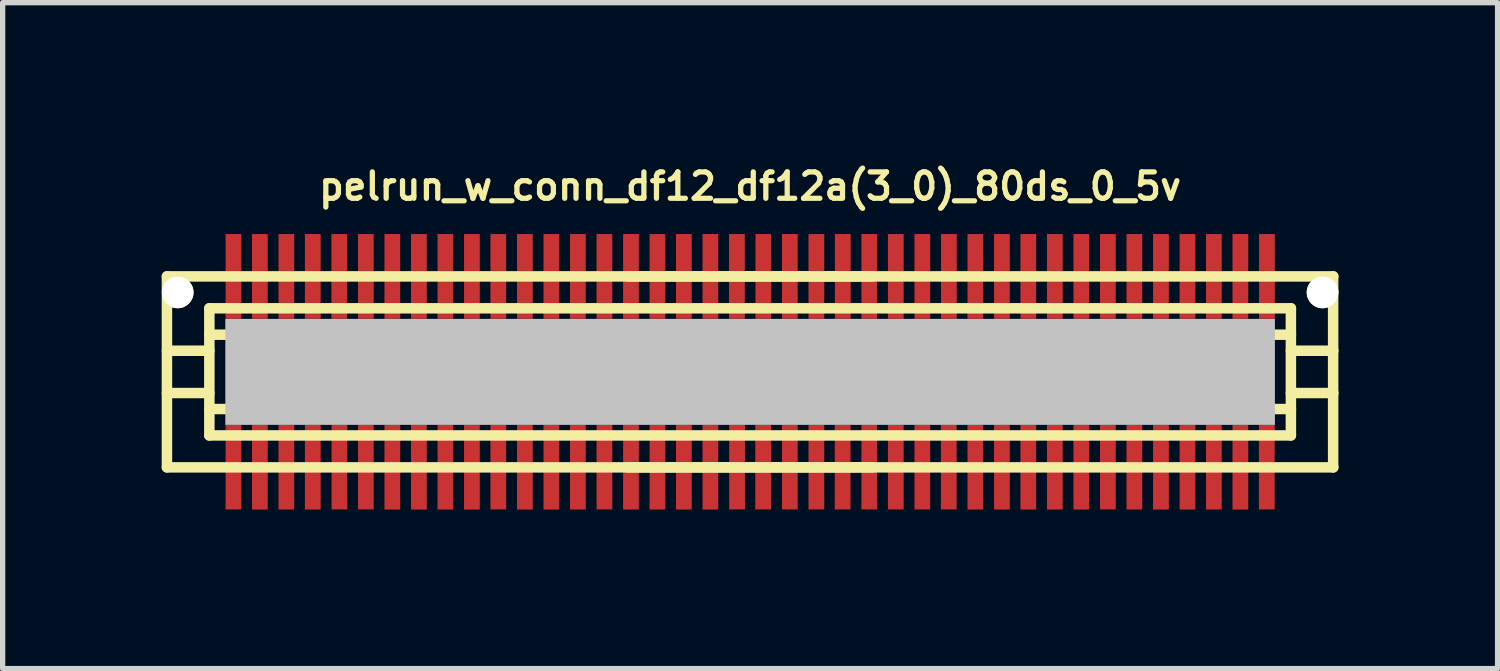
<source format=kicad_pcb>
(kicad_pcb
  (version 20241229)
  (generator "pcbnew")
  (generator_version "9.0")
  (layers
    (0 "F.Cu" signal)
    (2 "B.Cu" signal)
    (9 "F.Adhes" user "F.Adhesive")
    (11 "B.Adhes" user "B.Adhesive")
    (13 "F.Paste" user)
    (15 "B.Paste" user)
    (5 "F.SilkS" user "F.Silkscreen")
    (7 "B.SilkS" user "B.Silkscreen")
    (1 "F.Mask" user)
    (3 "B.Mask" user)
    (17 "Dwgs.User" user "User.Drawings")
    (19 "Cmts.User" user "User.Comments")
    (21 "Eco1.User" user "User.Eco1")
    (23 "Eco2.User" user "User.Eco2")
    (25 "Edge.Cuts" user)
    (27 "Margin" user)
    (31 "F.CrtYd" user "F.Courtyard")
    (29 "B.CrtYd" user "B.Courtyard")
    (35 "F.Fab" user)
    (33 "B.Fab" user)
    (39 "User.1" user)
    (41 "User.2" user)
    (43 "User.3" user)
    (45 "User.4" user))
  (footprint "pelrun_w_conn_df12_df12a(3_0)_80ds_0_5v"
    (layer "F.Cu")
    (at 11.1 3.965)
    (property "Reference" "pelrun_w_conn_df12_df12a(3_0)_80ds_0_5v" (at 0 -3.5 0) (layer "F.SilkS") (effects (font (size 0.498 0.498) (thickness 0.099))))
    (attr through_hole)
    (fp_line (start -11.001 -1.801) (end 11.001 -1.801) (stroke (width 0.198) (type solid)) (layer "F.SilkS"))
    (fp_line (start -11.001 1.801) (end -11.001 -1.801) (stroke (width 0.198) (type solid)) (layer "F.SilkS"))
    (fp_line (start -10.201 -0.399) (end -11.001 -0.399) (stroke (width 0.198) (type solid)) (layer "F.SilkS"))
    (fp_line (start -10.201 0.399) (end -11.001 0.399) (stroke (width 0.198) (type solid)) (layer "F.SilkS"))
    (fp_line (start -10.201 0.701) (end 10.201 0.701) (stroke (width 0.198) (type solid)) (layer "F.SilkS"))
    (fp_line (start -10.201 1.199) (end -10.201 -1.199) (stroke (width 0.198) (type solid)) (layer "F.SilkS"))
    (fp_line (start -10.201 1.199) (end 10.201 1.199) (stroke (width 0.198) (type solid)) (layer "F.SilkS"))
    (fp_line (start -2.301 -1.801) (end 2.301 -1.801) (stroke (width 0.198) (type solid)) (layer "F.SilkS"))
    (fp_line (start 2.301 1.801) (end -2.301 1.801) (stroke (width 0.198) (type solid)) (layer "F.SilkS"))
    (fp_line (start 10.201 -1.199) (end -10.201 -1.199) (stroke (width 0.198) (type solid)) (layer "F.SilkS"))
    (fp_line (start 10.201 -1.199) (end 10.201 1.199) (stroke (width 0.198) (type solid)) (layer "F.SilkS"))
    (fp_line (start 10.201 -0.701) (end -10.201 -0.701) (stroke (width 0.198) (type solid)) (layer "F.SilkS"))
    (fp_line (start 10.201 -0.399) (end 11.001 -0.399) (stroke (width 0.198) (type solid)) (layer "F.SilkS"))
    (fp_line (start 10.998 -1.801) (end 10.998 1.801) (stroke (width 0.198) (type solid)) (layer "F.SilkS"))
    (fp_line (start 11.001 0.399) (end 10.201 0.399) (stroke (width 0.198) (type solid)) (layer "F.SilkS"))
    (fp_line (start 11.001 1.801) (end -11.001 1.801) (stroke (width 0.198) (type solid)) (layer "F.SilkS"))
    (pad "" np_thru_hole circle (at -10.798 -1.499) (size 0.597 0.597) (drill 0.597) (layers "*.Cu" "*.Mask" "F.SilkS"))
    (pad "" smd rect (at 0 0) (size 19.799 1.999) (layers "Dwgs.User"))
    (pad "" np_thru_hole circle (at 10.798 -1.499) (size 0.597 0.597) (drill 0.597) (layers "*.Cu" "*.Mask" "F.SilkS"))
    (pad "1" smd rect (at -9.746 1.796) (size 0.297 1.598) (layers "F.Cu" "F.Mask" "F.Paste"))
    (pad "2" smd rect (at -9.248 1.798) (size 0.297 1.598) (layers "F.Cu" "F.Mask" "F.Paste"))
    (pad "3" smd rect (at -8.748 1.798) (size 0.297 1.598) (layers "F.Cu" "F.Mask" "F.Paste"))
    (pad "4" smd rect (at -8.25 1.798) (size 0.297 1.598) (layers "F.Cu" "F.Mask" "F.Paste"))
    (pad "5" smd rect (at -7.747 1.796) (size 0.297 1.598) (layers "F.Cu" "F.Mask" "F.Paste"))
    (pad "6" smd rect (at -7.249 1.796) (size 0.297 1.598) (layers "F.Cu" "F.Mask" "F.Paste"))
    (pad "7" smd rect (at -6.749 1.798) (size 0.297 1.598) (layers "F.Cu" "F.Mask" "F.Paste"))
    (pad "8" smd rect (at -6.248 1.798) (size 0.297 1.598) (layers "F.Cu" "F.Mask" "F.Paste"))
    (pad "9" smd rect (at -5.748 1.798) (size 0.297 1.598) (layers "F.Cu" "F.Mask" "F.Paste"))
    (pad "10" smd rect (at -5.248 1.798) (size 0.297 1.598) (layers "F.Cu" "F.Mask" "F.Paste"))
    (pad "11" smd rect (at -4.75 1.796) (size 0.297 1.598) (layers "F.Cu" "F.Mask" "F.Paste"))
    (pad "12" smd rect (at -4.249 1.798) (size 0.297 1.598) (layers "F.Cu" "F.Mask" "F.Paste"))
    (pad "13" smd rect (at -3.749 1.798) (size 0.297 1.598) (layers "F.Cu" "F.Mask" "F.Paste"))
    (pad "14" smd rect (at -3.249 1.798) (size 0.297 1.598) (layers "F.Cu" "F.Mask" "F.Paste"))
    (pad "15" smd rect (at -2.748 1.796) (size 0.297 1.598) (layers "F.Cu" "F.Mask" "F.Paste"))
    (pad "16" smd rect (at -2.248 1.798) (size 0.297 1.598) (layers "F.Cu" "F.Mask" "F.Paste"))
    (pad "17" smd rect (at -1.748 1.798) (size 0.297 1.598) (layers "F.Cu" "F.Mask" "F.Paste"))
    (pad "18" smd rect (at -1.25 1.798) (size 0.297 1.598) (layers "F.Cu" "F.Mask" "F.Paste"))
    (pad "19" smd rect (at -0.749 1.798) (size 0.297 1.598) (layers "F.Cu" "F.Mask" "F.Paste"))
    (pad "20" smd rect (at -0.246 1.796) (size 0.297 1.598) (layers "F.Cu" "F.Mask" "F.Paste"))
    (pad "21" smd rect (at 0.246 1.796) (size 0.297 1.598) (layers "F.Cu" "F.Mask" "F.Paste"))
    (pad "22" smd rect (at 0.749 1.796) (size 0.297 1.598) (layers "F.Cu" "F.Mask" "F.Paste"))
    (pad "23" smd rect (at 1.25 1.796) (size 0.297 1.598) (layers "F.Cu" "F.Mask" "F.Paste"))
    (pad "24" smd rect (at 1.745 1.796) (size 0.297 1.598) (layers "F.Cu" "F.Mask" "F.Paste"))
    (pad "25" smd rect (at 2.248 1.796) (size 0.297 1.598) (layers "F.Cu" "F.Mask" "F.Paste"))
    (pad "26" smd rect (at 2.748 1.796) (size 0.297 1.598) (layers "F.Cu" "F.Mask" "F.Paste"))
    (pad "27" smd rect (at 3.249 1.796) (size 0.297 1.598) (layers "F.Cu" "F.Mask" "F.Paste"))
    (pad "28" smd rect (at 3.747 1.796) (size 0.297 1.598) (layers "F.Cu" "F.Mask" "F.Paste"))
    (pad "29" smd rect (at 4.249 1.798) (size 0.297 1.598) (layers "F.Cu" "F.Mask" "F.Paste"))
    (pad "30" smd rect (at 4.75 1.798) (size 0.297 1.598) (layers "F.Cu" "F.Mask" "F.Paste"))
    (pad "31" smd rect (at 5.248 1.798) (size 0.297 1.598) (layers "F.Cu" "F.Mask" "F.Paste"))
    (pad "32" smd rect (at 5.748 1.798) (size 0.297 1.598) (layers "F.Cu" "F.Mask" "F.Paste"))
    (pad "33" smd rect (at 6.248 1.798) (size 0.297 1.598) (layers "F.Cu" "F.Mask" "F.Paste"))
    (pad "34" smd rect (at 6.749 1.796) (size 0.297 1.598) (layers "F.Cu" "F.Mask" "F.Paste"))
    (pad "35" smd rect (at 7.249 1.798) (size 0.297 1.598) (layers "F.Cu" "F.Mask" "F.Paste"))
    (pad "36" smd rect (at 7.75 1.798) (size 0.297 1.598) (layers "F.Cu" "F.Mask" "F.Paste"))
    (pad "37" smd rect (at 8.25 1.798) (size 0.297 1.598) (layers "F.Cu" "F.Mask" "F.Paste"))
    (pad "38" smd rect (at 8.748 1.798) (size 0.297 1.598) (layers "F.Cu" "F.Mask" "F.Paste"))
    (pad "39" smd rect (at 9.248 1.798) (size 0.297 1.598) (layers "F.Cu" "F.Mask" "F.Paste"))
    (pad "40" smd rect (at 9.746 1.796) (size 0.297 1.598) (layers "F.Cu" "F.Mask" "F.Paste"))
    (pad "41" smd rect (at 9.749 -1.801) (size 0.297 1.598) (layers "F.Cu" "F.Mask" "F.Paste"))
    (pad "42" smd rect (at 9.248 -1.801) (size 0.297 1.598) (layers "F.Cu" "F.Mask" "F.Paste"))
    (pad "43" smd rect (at 8.748 -1.801) (size 0.297 1.598) (layers "F.Cu" "F.Mask" "F.Paste"))
    (pad "44" smd rect (at 8.25 -1.801) (size 0.297 1.598) (layers "F.Cu" "F.Mask" "F.Paste"))
    (pad "45" smd rect (at 7.75 -1.801) (size 0.297 1.598) (layers "F.Cu" "F.Mask" "F.Paste"))
    (pad "46" smd rect (at 7.249 -1.801) (size 0.297 1.598) (layers "F.Cu" "F.Mask" "F.Paste"))
    (pad "47" smd rect (at 6.749 -1.801) (size 0.297 1.598) (layers "F.Cu" "F.Mask" "F.Paste"))
    (pad "48" smd rect (at 6.248 -1.801) (size 0.297 1.598) (layers "F.Cu" "F.Mask" "F.Paste"))
    (pad "49" smd rect (at 5.748 -1.801) (size 0.297 1.598) (layers "F.Cu" "F.Mask" "F.Paste"))
    (pad "50" smd rect (at 5.248 -1.801) (size 0.297 1.598) (layers "F.Cu" "F.Mask" "F.Paste"))
    (pad "51" smd rect (at 4.75 -1.801) (size 0.297 1.598) (layers "F.Cu" "F.Mask" "F.Paste"))
    (pad "52" smd rect (at 4.249 -1.801) (size 0.297 1.598) (layers "F.Cu" "F.Mask" "F.Paste"))
    (pad "53" smd rect (at 3.749 -1.801) (size 0.297 1.598) (layers "F.Cu" "F.Mask" "F.Paste"))
    (pad "54" smd rect (at 3.249 -1.801) (size 0.297 1.598) (layers "F.Cu" "F.Mask" "F.Paste"))
    (pad "55" smd rect (at 2.748 -1.801) (size 0.297 1.598) (layers "F.Cu" "F.Mask" "F.Paste"))
    (pad "56" smd rect (at 2.248 -1.801) (size 0.297 1.598) (layers "F.Cu" "F.Mask" "F.Paste"))
    (pad "57" smd rect (at 1.748 -1.801) (size 0.297 1.598) (layers "F.Cu" "F.Mask" "F.Paste"))
    (pad "58" smd rect (at 1.25 -1.801) (size 0.297 1.598) (layers "F.Cu" "F.Mask" "F.Paste"))
    (pad "59" smd rect (at 0.749 -1.801) (size 0.297 1.598) (layers "F.Cu" "F.Mask" "F.Paste"))
    (pad "60" smd rect (at 0.249 -1.801) (size 0.297 1.598) (layers "F.Cu" "F.Mask" "F.Paste"))
    (pad "61" smd rect (at -0.249 -1.801) (size 0.297 1.598) (layers "F.Cu" "F.Mask" "F.Paste"))
    (pad "62" smd rect (at -0.749 -1.801) (size 0.297 1.598) (layers "F.Cu" "F.Mask" "F.Paste"))
    (pad "63" smd rect (at -1.25 -1.801) (size 0.297 1.598) (layers "F.Cu" "F.Mask" "F.Paste"))
    (pad "64" smd rect (at -1.748 -1.801) (size 0.297 1.598) (layers "F.Cu" "F.Mask" "F.Paste"))
    (pad "65" smd rect (at -2.248 -1.801) (size 0.297 1.598) (layers "F.Cu" "F.Mask" "F.Paste"))
    (pad "66" smd rect (at -2.748 -1.801) (size 0.297 1.598) (layers "F.Cu" "F.Mask" "F.Paste"))
    (pad "67" smd rect (at -3.249 -1.801) (size 0.297 1.598) (layers "F.Cu" "F.Mask" "F.Paste"))
    (pad "68" smd rect (at -3.749 -1.801) (size 0.297 1.598) (layers "F.Cu" "F.Mask" "F.Paste"))
    (pad "69" smd rect (at -4.249 -1.801) (size 0.297 1.598) (layers "F.Cu" "F.Mask" "F.Paste"))
    (pad "70" smd rect (at -4.75 -1.801) (size 0.297 1.598) (layers "F.Cu" "F.Mask" "F.Paste"))
    (pad "71" smd rect (at -5.248 -1.801) (size 0.297 1.598) (layers "F.Cu" "F.Mask" "F.Paste"))
    (pad "72" smd rect (at -5.748 -1.801) (size 0.297 1.598) (layers "F.Cu" "F.Mask" "F.Paste"))
    (pad "73" smd rect (at -6.248 -1.801) (size 0.297 1.598) (layers "F.Cu" "F.Mask" "F.Paste"))
    (pad "74" smd rect (at -6.749 -1.801) (size 0.297 1.598) (layers "F.Cu" "F.Mask" "F.Paste"))
    (pad "75" smd rect (at -7.249 -1.801) (size 0.297 1.598) (layers "F.Cu" "F.Mask" "F.Paste"))
    (pad "76" smd rect (at -7.75 -1.801) (size 0.297 1.598) (layers "F.Cu" "F.Mask" "F.Paste"))
    (pad "77" smd rect (at -8.25 -1.801) (size 0.297 1.598) (layers "F.Cu" "F.Mask" "F.Paste"))
    (pad "78" smd rect (at -8.748 -1.801) (size 0.297 1.598) (layers "F.Cu" "F.Mask" "F.Paste"))
    (pad "79" smd rect (at -9.248 -1.801) (size 0.297 1.598) (layers "F.Cu" "F.Mask" "F.Paste"))
    (pad "80" smd rect (at -9.746 -1.801) (size 0.297 1.598) (layers "F.Cu" "F.Mask" "F.Paste")))
  (gr_rect
    (start -3 -3)
    (end 25.2 9.562)
    (stroke (width 0.1) (type default))
    (fill no)
    (layer "Edge.Cuts")))
</source>
